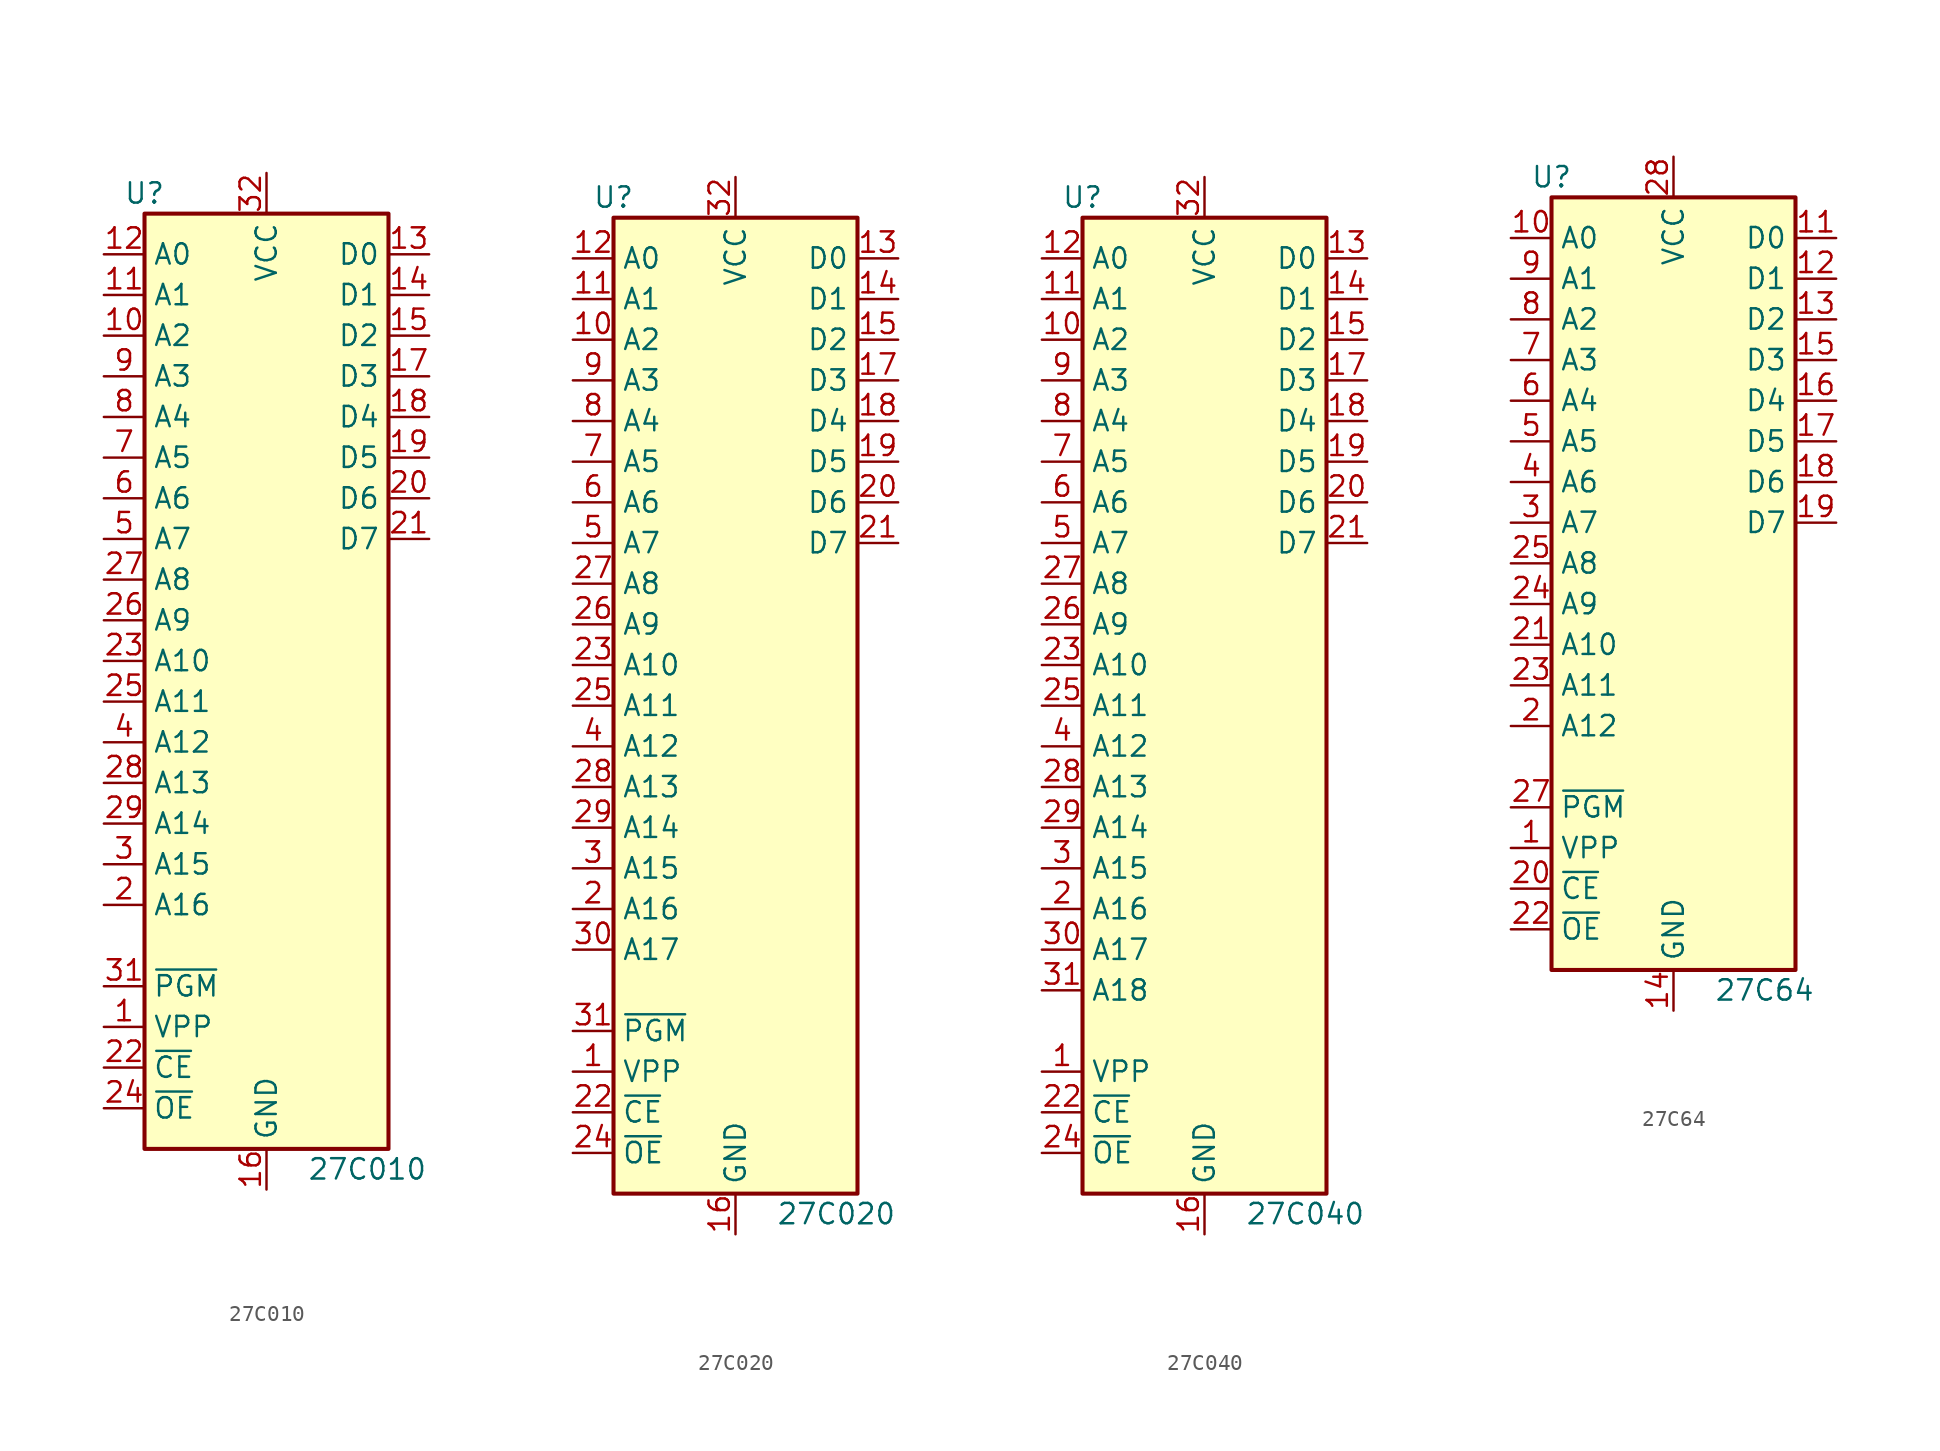
<source format=kicad_sym>
(kicad_symbol_lib
  (version 20201005)
  (generator kicad_symbol_editor)
  (symbol "Memory_EPROM:27C010"
    (property "Reference" "U"
      (at -7.62 29.21 0)
      (effects (font (size 1.27 1.27))))
    (property "Value" "27C010"
      (at 2.54 -31.75 0)
      (effects (font (size 1.27 1.27)) (justify left)))
    (symbol "27C010_1_1"
      (rectangle (start -7.62 27.94) (end 7.62 -30.48) (stroke (width 0.254)) (fill (type background)))
      (pin input line (at -10.16 -22.86 0) (length 2.54) (name "VPP" (effects (font (size 1.27 1.27)))) (number "1" (effects (font (size 1.27 1.27)))))
      (pin input line (at -10.16 -15.24 0) (length 2.54) (name "A16" (effects (font (size 1.27 1.27)))) (number "2" (effects (font (size 1.27 1.27)))))
      (pin input line (at -10.16 -12.7 0) (length 2.54) (name "A15" (effects (font (size 1.27 1.27)))) (number "3" (effects (font (size 1.27 1.27)))))
      (pin input line (at -10.16 -5.08 0) (length 2.54) (name "A12" (effects (font (size 1.27 1.27)))) (number "4" (effects (font (size 1.27 1.27)))))
      (pin input line (at -10.16 7.62 0) (length 2.54) (name "A7" (effects (font (size 1.27 1.27)))) (number "5" (effects (font (size 1.27 1.27)))))
      (pin input line (at -10.16 10.16 0) (length 2.54) (name "A6" (effects (font (size 1.27 1.27)))) (number "6" (effects (font (size 1.27 1.27)))))
      (pin input line (at -10.16 12.7 0) (length 2.54) (name "A5" (effects (font (size 1.27 1.27)))) (number "7" (effects (font (size 1.27 1.27)))))
      (pin input line (at -10.16 15.24 0) (length 2.54) (name "A4" (effects (font (size 1.27 1.27)))) (number "8" (effects (font (size 1.27 1.27)))))
      (pin input line (at -10.16 17.78 0) (length 2.54) (name "A3" (effects (font (size 1.27 1.27)))) (number "9" (effects (font (size 1.27 1.27)))))
      (pin input line (at -10.16 20.32 0) (length 2.54) (name "A2" (effects (font (size 1.27 1.27)))) (number "10" (effects (font (size 1.27 1.27)))))
      (pin tri_state line (at 10.16 10.16 180) (length 2.54) (name "D6" (effects (font (size 1.27 1.27)))) (number "20" (effects (font (size 1.27 1.27)))))
      (pin input line (at -10.16 22.86 0) (length 2.54) (name "A1" (effects (font (size 1.27 1.27)))) (number "11" (effects (font (size 1.27 1.27)))))
      (pin tri_state line (at 10.16 7.62 180) (length 2.54) (name "D7" (effects (font (size 1.27 1.27)))) (number "21" (effects (font (size 1.27 1.27)))))
      (pin input line (at -10.16 -20.32 0) (length 2.54) (name "~PGM" (effects (font (size 1.27 1.27)))) (number "31" (effects (font (size 1.27 1.27)))))
      (pin input line (at -10.16 25.4 0) (length 2.54) (name "A0" (effects (font (size 1.27 1.27)))) (number "12" (effects (font (size 1.27 1.27)))))
      (pin input line (at -10.16 -25.4 0) (length 2.54) (name "~CE" (effects (font (size 1.27 1.27)))) (number "22" (effects (font (size 1.27 1.27)))))
      (pin power_in line (at 0 30.48 270) (length 2.54) (name "VCC" (effects (font (size 1.27 1.27)))) (number "32" (effects (font (size 1.27 1.27)))))
      (pin tri_state line (at 10.16 25.4 180) (length 2.54) (name "D0" (effects (font (size 1.27 1.27)))) (number "13" (effects (font (size 1.27 1.27)))))
      (pin input line (at -10.16 0 0) (length 2.54) (name "A10" (effects (font (size 1.27 1.27)))) (number "23" (effects (font (size 1.27 1.27)))))
      (pin tri_state line (at 10.16 22.86 180) (length 2.54) (name "D1" (effects (font (size 1.27 1.27)))) (number "14" (effects (font (size 1.27 1.27)))))
      (pin input line (at -10.16 -27.94 0) (length 2.54) (name "~OE" (effects (font (size 1.27 1.27)))) (number "24" (effects (font (size 1.27 1.27)))))
      (pin tri_state line (at 10.16 20.32 180) (length 2.54) (name "D2" (effects (font (size 1.27 1.27)))) (number "15" (effects (font (size 1.27 1.27)))))
      (pin input line (at -10.16 -2.54 0) (length 2.54) (name "A11" (effects (font (size 1.27 1.27)))) (number "25" (effects (font (size 1.27 1.27)))))
      (pin power_in line (at 0 -33.02 90) (length 2.54) (name "GND" (effects (font (size 1.27 1.27)))) (number "16" (effects (font (size 1.27 1.27)))))
      (pin input line (at -10.16 2.54 0) (length 2.54) (name "A9" (effects (font (size 1.27 1.27)))) (number "26" (effects (font (size 1.27 1.27)))))
      (pin tri_state line (at 10.16 17.78 180) (length 2.54) (name "D3" (effects (font (size 1.27 1.27)))) (number "17" (effects (font (size 1.27 1.27)))))
      (pin input line (at -10.16 5.08 0) (length 2.54) (name "A8" (effects (font (size 1.27 1.27)))) (number "27" (effects (font (size 1.27 1.27)))))
      (pin tri_state line (at 10.16 15.24 180) (length 2.54) (name "D4" (effects (font (size 1.27 1.27)))) (number "18" (effects (font (size 1.27 1.27)))))
      (pin input line (at -10.16 -7.62 0) (length 2.54) (name "A13" (effects (font (size 1.27 1.27)))) (number "28" (effects (font (size 1.27 1.27)))))
      (pin tri_state line (at 10.16 12.7 180) (length 2.54) (name "D5" (effects (font (size 1.27 1.27)))) (number "19" (effects (font (size 1.27 1.27)))))
      (pin input line (at -10.16 -10.16 0) (length 2.54) (name "A14" (effects (font (size 1.27 1.27)))) (number "29" (effects (font (size 1.27 1.27)))))))
  (symbol "Memory_EPROM:27C020"
    (property "Reference" "U"
      (at -7.62 31.75 0)
      (effects (font (size 1.27 1.27))))
    (property "Value" "27C020"
      (at 2.54 -31.75 0)
      (effects (font (size 1.27 1.27)) (justify left)))
    (symbol "27C020_1_1"
      (rectangle (start -7.62 30.48) (end 7.62 -30.48) (stroke (width 0.254)) (fill (type background)))
      (pin input line (at -10.16 -22.86 0) (length 2.54) (name "VPP" (effects (font (size 1.27 1.27)))) (number "1" (effects (font (size 1.27 1.27)))))
      (pin input line (at -10.16 -12.7 0) (length 2.54) (name "A16" (effects (font (size 1.27 1.27)))) (number "2" (effects (font (size 1.27 1.27)))))
      (pin input line (at -10.16 -10.16 0) (length 2.54) (name "A15" (effects (font (size 1.27 1.27)))) (number "3" (effects (font (size 1.27 1.27)))))
      (pin input line (at -10.16 -2.54 0) (length 2.54) (name "A12" (effects (font (size 1.27 1.27)))) (number "4" (effects (font (size 1.27 1.27)))))
      (pin input line (at -10.16 10.16 0) (length 2.54) (name "A7" (effects (font (size 1.27 1.27)))) (number "5" (effects (font (size 1.27 1.27)))))
      (pin input line (at -10.16 12.7 0) (length 2.54) (name "A6" (effects (font (size 1.27 1.27)))) (number "6" (effects (font (size 1.27 1.27)))))
      (pin input line (at -10.16 15.24 0) (length 2.54) (name "A5" (effects (font (size 1.27 1.27)))) (number "7" (effects (font (size 1.27 1.27)))))
      (pin input line (at -10.16 17.78 0) (length 2.54) (name "A4" (effects (font (size 1.27 1.27)))) (number "8" (effects (font (size 1.27 1.27)))))
      (pin input line (at -10.16 20.32 0) (length 2.54) (name "A3" (effects (font (size 1.27 1.27)))) (number "9" (effects (font (size 1.27 1.27)))))
      (pin input line (at -10.16 22.86 0) (length 2.54) (name "A2" (effects (font (size 1.27 1.27)))) (number "10" (effects (font (size 1.27 1.27)))))
      (pin tri_state line (at 10.16 12.7 180) (length 2.54) (name "D6" (effects (font (size 1.27 1.27)))) (number "20" (effects (font (size 1.27 1.27)))))
      (pin input line (at -10.16 -15.24 0) (length 2.54) (name "A17" (effects (font (size 1.27 1.27)))) (number "30" (effects (font (size 1.27 1.27)))))
      (pin input line (at -10.16 25.4 0) (length 2.54) (name "A1" (effects (font (size 1.27 1.27)))) (number "11" (effects (font (size 1.27 1.27)))))
      (pin tri_state line (at 10.16 10.16 180) (length 2.54) (name "D7" (effects (font (size 1.27 1.27)))) (number "21" (effects (font (size 1.27 1.27)))))
      (pin input line (at -10.16 -20.32 0) (length 2.54) (name "~PGM" (effects (font (size 1.27 1.27)))) (number "31" (effects (font (size 1.27 1.27)))))
      (pin input line (at -10.16 27.94 0) (length 2.54) (name "A0" (effects (font (size 1.27 1.27)))) (number "12" (effects (font (size 1.27 1.27)))))
      (pin input line (at -10.16 -25.4 0) (length 2.54) (name "~CE" (effects (font (size 1.27 1.27)))) (number "22" (effects (font (size 1.27 1.27)))))
      (pin power_in line (at 0 33.02 270) (length 2.54) (name "VCC" (effects (font (size 1.27 1.27)))) (number "32" (effects (font (size 1.27 1.27)))))
      (pin tri_state line (at 10.16 27.94 180) (length 2.54) (name "D0" (effects (font (size 1.27 1.27)))) (number "13" (effects (font (size 1.27 1.27)))))
      (pin input line (at -10.16 2.54 0) (length 2.54) (name "A10" (effects (font (size 1.27 1.27)))) (number "23" (effects (font (size 1.27 1.27)))))
      (pin tri_state line (at 10.16 25.4 180) (length 2.54) (name "D1" (effects (font (size 1.27 1.27)))) (number "14" (effects (font (size 1.27 1.27)))))
      (pin input line (at -10.16 -27.94 0) (length 2.54) (name "~OE" (effects (font (size 1.27 1.27)))) (number "24" (effects (font (size 1.27 1.27)))))
      (pin tri_state line (at 10.16 22.86 180) (length 2.54) (name "D2" (effects (font (size 1.27 1.27)))) (number "15" (effects (font (size 1.27 1.27)))))
      (pin input line (at -10.16 0 0) (length 2.54) (name "A11" (effects (font (size 1.27 1.27)))) (number "25" (effects (font (size 1.27 1.27)))))
      (pin power_in line (at 0 -33.02 90) (length 2.54) (name "GND" (effects (font (size 1.27 1.27)))) (number "16" (effects (font (size 1.27 1.27)))))
      (pin input line (at -10.16 5.08 0) (length 2.54) (name "A9" (effects (font (size 1.27 1.27)))) (number "26" (effects (font (size 1.27 1.27)))))
      (pin tri_state line (at 10.16 20.32 180) (length 2.54) (name "D3" (effects (font (size 1.27 1.27)))) (number "17" (effects (font (size 1.27 1.27)))))
      (pin input line (at -10.16 7.62 0) (length 2.54) (name "A8" (effects (font (size 1.27 1.27)))) (number "27" (effects (font (size 1.27 1.27)))))
      (pin tri_state line (at 10.16 17.78 180) (length 2.54) (name "D4" (effects (font (size 1.27 1.27)))) (number "18" (effects (font (size 1.27 1.27)))))
      (pin input line (at -10.16 -5.08 0) (length 2.54) (name "A13" (effects (font (size 1.27 1.27)))) (number "28" (effects (font (size 1.27 1.27)))))
      (pin tri_state line (at 10.16 15.24 180) (length 2.54) (name "D5" (effects (font (size 1.27 1.27)))) (number "19" (effects (font (size 1.27 1.27)))))
      (pin input line (at -10.16 -7.62 0) (length 2.54) (name "A14" (effects (font (size 1.27 1.27)))) (number "29" (effects (font (size 1.27 1.27)))))))
  (symbol "Memory_EPROM:27C040"
    (property "Reference" "U"
      (at -7.62 31.75 0)
      (effects (font (size 1.27 1.27))))
    (property "Value" "27C040"
      (at 2.54 -31.75 0)
      (effects (font (size 1.27 1.27)) (justify left)))
    (symbol "27C040_1_1"
      (rectangle (start -7.62 30.48) (end 7.62 -30.48) (stroke (width 0.254)) (fill (type background)))
      (pin input line (at -10.16 -22.86 0) (length 2.54) (name "VPP" (effects (font (size 1.27 1.27)))) (number "1" (effects (font (size 1.27 1.27)))))
      (pin input line (at -10.16 -12.7 0) (length 2.54) (name "A16" (effects (font (size 1.27 1.27)))) (number "2" (effects (font (size 1.27 1.27)))))
      (pin input line (at -10.16 -10.16 0) (length 2.54) (name "A15" (effects (font (size 1.27 1.27)))) (number "3" (effects (font (size 1.27 1.27)))))
      (pin input line (at -10.16 -2.54 0) (length 2.54) (name "A12" (effects (font (size 1.27 1.27)))) (number "4" (effects (font (size 1.27 1.27)))))
      (pin input line (at -10.16 10.16 0) (length 2.54) (name "A7" (effects (font (size 1.27 1.27)))) (number "5" (effects (font (size 1.27 1.27)))))
      (pin input line (at -10.16 12.7 0) (length 2.54) (name "A6" (effects (font (size 1.27 1.27)))) (number "6" (effects (font (size 1.27 1.27)))))
      (pin input line (at -10.16 15.24 0) (length 2.54) (name "A5" (effects (font (size 1.27 1.27)))) (number "7" (effects (font (size 1.27 1.27)))))
      (pin input line (at -10.16 17.78 0) (length 2.54) (name "A4" (effects (font (size 1.27 1.27)))) (number "8" (effects (font (size 1.27 1.27)))))
      (pin input line (at -10.16 20.32 0) (length 2.54) (name "A3" (effects (font (size 1.27 1.27)))) (number "9" (effects (font (size 1.27 1.27)))))
      (pin input line (at -10.16 22.86 0) (length 2.54) (name "A2" (effects (font (size 1.27 1.27)))) (number "10" (effects (font (size 1.27 1.27)))))
      (pin tri_state line (at 10.16 12.7 180) (length 2.54) (name "D6" (effects (font (size 1.27 1.27)))) (number "20" (effects (font (size 1.27 1.27)))))
      (pin input line (at -10.16 -15.24 0) (length 2.54) (name "A17" (effects (font (size 1.27 1.27)))) (number "30" (effects (font (size 1.27 1.27)))))
      (pin input line (at -10.16 25.4 0) (length 2.54) (name "A1" (effects (font (size 1.27 1.27)))) (number "11" (effects (font (size 1.27 1.27)))))
      (pin tri_state line (at 10.16 10.16 180) (length 2.54) (name "D7" (effects (font (size 1.27 1.27)))) (number "21" (effects (font (size 1.27 1.27)))))
      (pin input line (at -10.16 -17.78 0) (length 2.54) (name "A18" (effects (font (size 1.27 1.27)))) (number "31" (effects (font (size 1.27 1.27)))))
      (pin input line (at -10.16 27.94 0) (length 2.54) (name "A0" (effects (font (size 1.27 1.27)))) (number "12" (effects (font (size 1.27 1.27)))))
      (pin input line (at -10.16 -25.4 0) (length 2.54) (name "~CE" (effects (font (size 1.27 1.27)))) (number "22" (effects (font (size 1.27 1.27)))))
      (pin power_in line (at 0 33.02 270) (length 2.54) (name "VCC" (effects (font (size 1.27 1.27)))) (number "32" (effects (font (size 1.27 1.27)))))
      (pin tri_state line (at 10.16 27.94 180) (length 2.54) (name "D0" (effects (font (size 1.27 1.27)))) (number "13" (effects (font (size 1.27 1.27)))))
      (pin input line (at -10.16 2.54 0) (length 2.54) (name "A10" (effects (font (size 1.27 1.27)))) (number "23" (effects (font (size 1.27 1.27)))))
      (pin tri_state line (at 10.16 25.4 180) (length 2.54) (name "D1" (effects (font (size 1.27 1.27)))) (number "14" (effects (font (size 1.27 1.27)))))
      (pin input line (at -10.16 -27.94 0) (length 2.54) (name "~OE" (effects (font (size 1.27 1.27)))) (number "24" (effects (font (size 1.27 1.27)))))
      (pin tri_state line (at 10.16 22.86 180) (length 2.54) (name "D2" (effects (font (size 1.27 1.27)))) (number "15" (effects (font (size 1.27 1.27)))))
      (pin input line (at -10.16 0 0) (length 2.54) (name "A11" (effects (font (size 1.27 1.27)))) (number "25" (effects (font (size 1.27 1.27)))))
      (pin power_in line (at 0 -33.02 90) (length 2.54) (name "GND" (effects (font (size 1.27 1.27)))) (number "16" (effects (font (size 1.27 1.27)))))
      (pin input line (at -10.16 5.08 0) (length 2.54) (name "A9" (effects (font (size 1.27 1.27)))) (number "26" (effects (font (size 1.27 1.27)))))
      (pin tri_state line (at 10.16 20.32 180) (length 2.54) (name "D3" (effects (font (size 1.27 1.27)))) (number "17" (effects (font (size 1.27 1.27)))))
      (pin input line (at -10.16 7.62 0) (length 2.54) (name "A8" (effects (font (size 1.27 1.27)))) (number "27" (effects (font (size 1.27 1.27)))))
      (pin tri_state line (at 10.16 17.78 180) (length 2.54) (name "D4" (effects (font (size 1.27 1.27)))) (number "18" (effects (font (size 1.27 1.27)))))
      (pin input line (at -10.16 -5.08 0) (length 2.54) (name "A13" (effects (font (size 1.27 1.27)))) (number "28" (effects (font (size 1.27 1.27)))))
      (pin tri_state line (at 10.16 15.24 180) (length 2.54) (name "D5" (effects (font (size 1.27 1.27)))) (number "19" (effects (font (size 1.27 1.27)))))
      (pin input line (at -10.16 -7.62 0) (length 2.54) (name "A14" (effects (font (size 1.27 1.27)))) (number "29" (effects (font (size 1.27 1.27)))))))
  (symbol "Memory_EPROM:27C64"
    (property "Reference" "U"
      (at -7.62 24.13 0)
      (effects (font (size 1.27 1.27))))
    (property "Value" "27C64"
      (at 2.54 -26.67 0)
      (effects (font (size 1.27 1.27)) (justify left)))
    (symbol "27C64_1_1"
      (rectangle (start -7.62 22.86) (end 7.62 -25.4) (stroke (width 0.254)) (fill (type background)))
      (pin input line (at -10.16 -17.78 0) (length 2.54) (name "VPP" (effects (font (size 1.27 1.27)))) (number "1" (effects (font (size 1.27 1.27)))))
      (pin input line (at -10.16 -10.16 0) (length 2.54) (name "A12" (effects (font (size 1.27 1.27)))) (number "2" (effects (font (size 1.27 1.27)))))
      (pin input line (at -10.16 2.54 0) (length 2.54) (name "A7" (effects (font (size 1.27 1.27)))) (number "3" (effects (font (size 1.27 1.27)))))
      (pin input line (at -10.16 5.08 0) (length 2.54) (name "A6" (effects (font (size 1.27 1.27)))) (number "4" (effects (font (size 1.27 1.27)))))
      (pin input line (at -10.16 7.62 0) (length 2.54) (name "A5" (effects (font (size 1.27 1.27)))) (number "5" (effects (font (size 1.27 1.27)))))
      (pin input line (at -10.16 10.16 0) (length 2.54) (name "A4" (effects (font (size 1.27 1.27)))) (number "6" (effects (font (size 1.27 1.27)))))
      (pin input line (at -10.16 12.7 0) (length 2.54) (name "A3" (effects (font (size 1.27 1.27)))) (number "7" (effects (font (size 1.27 1.27)))))
      (pin input line (at -10.16 15.24 0) (length 2.54) (name "A2" (effects (font (size 1.27 1.27)))) (number "8" (effects (font (size 1.27 1.27)))))
      (pin input line (at -10.16 17.78 0) (length 2.54) (name "A1" (effects (font (size 1.27 1.27)))) (number "9" (effects (font (size 1.27 1.27)))))
      (pin input line (at -10.16 20.32 0) (length 2.54) (name "A0" (effects (font (size 1.27 1.27)))) (number "10" (effects (font (size 1.27 1.27)))))
      (pin input line (at -10.16 -20.32 0) (length 2.54) (name "~CE" (effects (font (size 1.27 1.27)))) (number "20" (effects (font (size 1.27 1.27)))))
      (pin tri_state line (at 10.16 20.32 180) (length 2.54) (name "D0" (effects (font (size 1.27 1.27)))) (number "11" (effects (font (size 1.27 1.27)))))
      (pin input line (at -10.16 -5.08 0) (length 2.54) (name "A10" (effects (font (size 1.27 1.27)))) (number "21" (effects (font (size 1.27 1.27)))))
      (pin tri_state line (at 10.16 17.78 180) (length 2.54) (name "D1" (effects (font (size 1.27 1.27)))) (number "12" (effects (font (size 1.27 1.27)))))
      (pin input line (at -10.16 -22.86 0) (length 2.54) (name "~OE" (effects (font (size 1.27 1.27)))) (number "22" (effects (font (size 1.27 1.27)))))
      (pin tri_state line (at 10.16 15.24 180) (length 2.54) (name "D2" (effects (font (size 1.27 1.27)))) (number "13" (effects (font (size 1.27 1.27)))))
      (pin input line (at -10.16 -7.62 0) (length 2.54) (name "A11" (effects (font (size 1.27 1.27)))) (number "23" (effects (font (size 1.27 1.27)))))
      (pin power_in line (at 0 -27.94 90) (length 2.54) (name "GND" (effects (font (size 1.27 1.27)))) (number "14" (effects (font (size 1.27 1.27)))))
      (pin input line (at -10.16 -2.54 0) (length 2.54) (name "A9" (effects (font (size 1.27 1.27)))) (number "24" (effects (font (size 1.27 1.27)))))
      (pin tri_state line (at 10.16 12.7 180) (length 2.54) (name "D3" (effects (font (size 1.27 1.27)))) (number "15" (effects (font (size 1.27 1.27)))))
      (pin input line (at -10.16 0 0) (length 2.54) (name "A8" (effects (font (size 1.27 1.27)))) (number "25" (effects (font (size 1.27 1.27)))))
      (pin tri_state line (at 10.16 10.16 180) (length 2.54) (name "D4" (effects (font (size 1.27 1.27)))) (number "16" (effects (font (size 1.27 1.27)))))
      (pin no_connect line (at 7.62 0 180) (length 2.54) hide (name "NC" (effects (font (size 1.27 1.27)))) (number "26" (effects (font (size 1.27 1.27)))))
      (pin tri_state line (at 10.16 7.62 180) (length 2.54) (name "D5" (effects (font (size 1.27 1.27)))) (number "17" (effects (font (size 1.27 1.27)))))
      (pin input line (at -10.16 -15.24 0) (length 2.54) (name "~PGM" (effects (font (size 1.27 1.27)))) (number "27" (effects (font (size 1.27 1.27)))))
      (pin tri_state line (at 10.16 5.08 180) (length 2.54) (name "D6" (effects (font (size 1.27 1.27)))) (number "18" (effects (font (size 1.27 1.27)))))
      (pin power_in line (at 0 25.4 270) (length 2.54) (name "VCC" (effects (font (size 1.27 1.27)))) (number "28" (effects (font (size 1.27 1.27)))))
      (pin tri_state line (at 10.16 2.54 180) (length 2.54) (name "D7" (effects (font (size 1.27 1.27)))) (number "19" (effects (font (size 1.27 1.27))))))))
</source>
